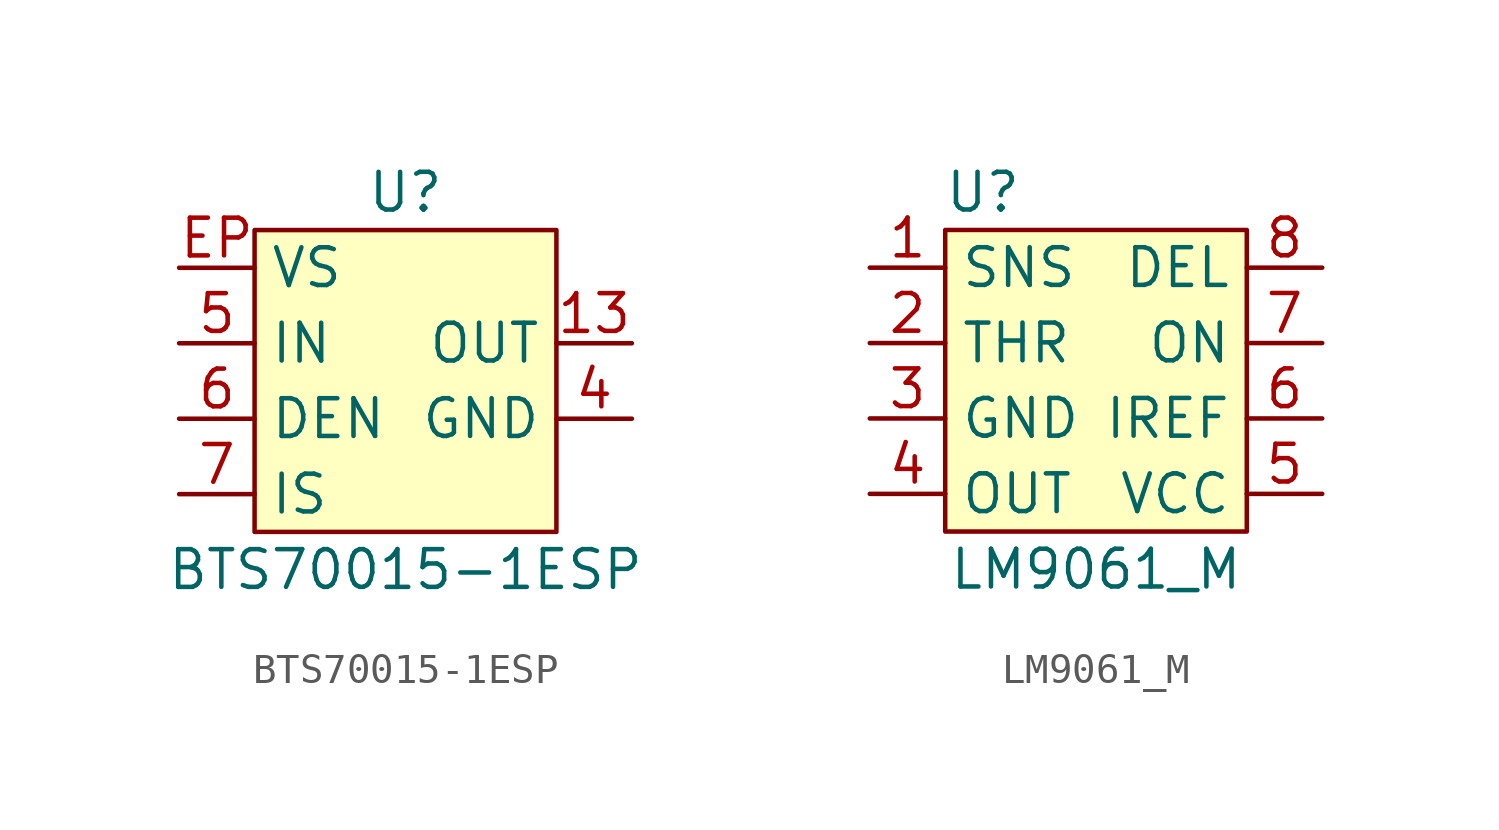
<source format=kicad_sym>
(kicad_symbol_lib
  (version 20211014)
  (generator kicad_symbol_editor)
  (symbol "BTS70015-1ESP"
    (property "Reference" "U"
      (at 0 6.35 0)
      (effects (font (size 1.27 1.27))))
    (property "Value" "BTS70015-1ESP"
      (at 0 -6.35 0)
      (effects (font (size 1.27 1.27))))
    (symbol "BTS70015-1ESP_0_1"
      (rectangle (start -5.08 5.08) (end 5.08 -5.08) (stroke (width 0.152) (type default) (color 0 0 0 0)) (fill (type background))))
    (symbol "BTS70015-1ESP_1_1"
      (pin input line (at 7.62 1.27 180) (length 2.54) (name "OUT" (effects (font (size 1.27 1.27)))) (number "13" (effects (font (size 1.27 1.27)))))
      (pin input line (at 7.62 -1.27 180) (length 2.54) (name "GND" (effects (font (size 1.27 1.27)))) (number "4" (effects (font (size 1.27 1.27)))))
      (pin input line (at -7.62 1.27 0) (length 2.54) (name "IN" (effects (font (size 1.27 1.27)))) (number "5" (effects (font (size 1.27 1.27)))))
      (pin input line (at -7.62 -1.27 0) (length 2.54) (name "DEN" (effects (font (size 1.27 1.27)))) (number "6" (effects (font (size 1.27 1.27)))))
      (pin input line (at -7.62 -3.81 0) (length 2.54) (name "IS" (effects (font (size 1.27 1.27)))) (number "7" (effects (font (size 1.27 1.27)))))
      (pin input line (at -7.62 3.81 0) (length 2.54) (name "VS" (effects (font (size 1.27 1.27)))) (number "EP" (effects (font (size 1.27 1.27)))))))
  (symbol "LM9061_M"
    (property "Reference" "U"
      (at -3.81 6.35 0)
      (effects (font (size 1.27 1.27))))
    (property "Value" "LM9061_M"
      (at 0 -6.35 0)
      (effects (font (size 1.27 1.27))))
    (symbol "LM9061_M_0_1"
      (rectangle (start -5.08 5.08) (end 5.08 -5.08) (stroke (width 0.152) (type default) (color 0 0 0 0)) (fill (type background))))
    (symbol "LM9061_M_1_1"
      (pin input line (at -7.62 3.81 0) (length 2.54) (name "SNS" (effects (font (size 1.27 1.27)))) (number "1" (effects (font (size 1.27 1.27)))))
      (pin input line (at -7.62 1.27 0) (length 2.54) (name "THR" (effects (font (size 1.27 1.27)))) (number "2" (effects (font (size 1.27 1.27)))))
      (pin input line (at -7.62 -1.27 0) (length 2.54) (name "GND" (effects (font (size 1.27 1.27)))) (number "3" (effects (font (size 1.27 1.27)))))
      (pin input line (at -7.62 -3.81 0) (length 2.54) (name "OUT" (effects (font (size 1.27 1.27)))) (number "4" (effects (font (size 1.27 1.27)))))
      (pin input line (at 7.62 -3.81 180) (length 2.54) (name "VCC" (effects (font (size 1.27 1.27)))) (number "5" (effects (font (size 1.27 1.27)))))
      (pin input line (at 7.62 -1.27 180) (length 2.54) (name "IREF" (effects (font (size 1.27 1.27)))) (number "6" (effects (font (size 1.27 1.27)))))
      (pin input line (at 7.62 1.27 180) (length 2.54) (name "ON" (effects (font (size 1.27 1.27)))) (number "7" (effects (font (size 1.27 1.27)))))
      (pin input line (at 7.62 3.81 180) (length 2.54) (name "DEL" (effects (font (size 1.27 1.27)))) (number "8" (effects (font (size 1.27 1.27))))))))
</source>
